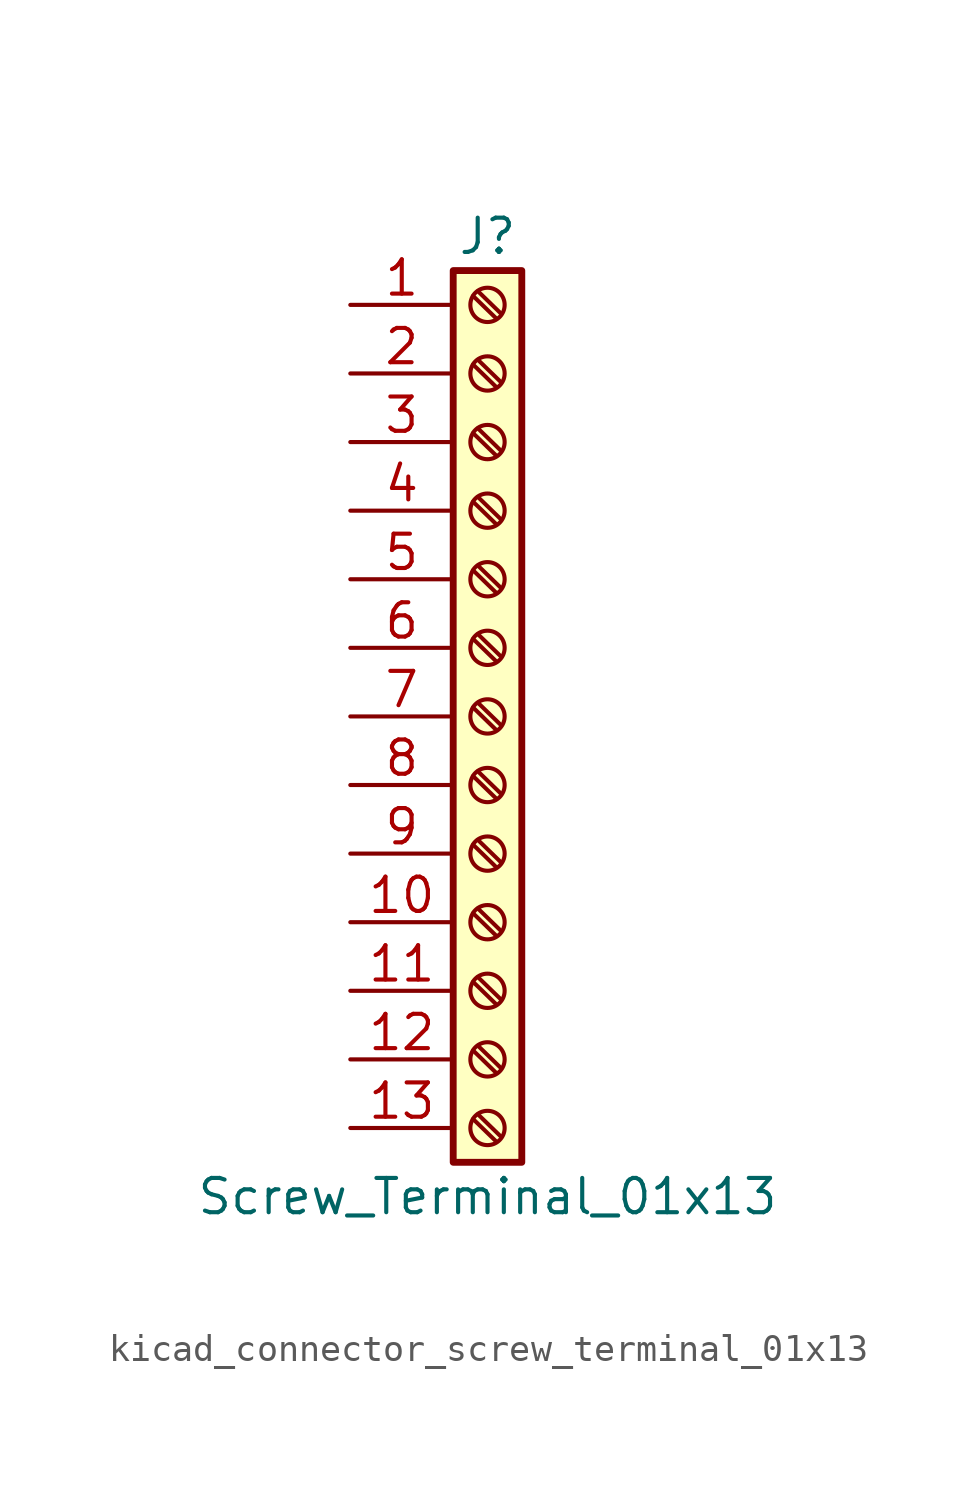
<source format=kicad_sym>
(kicad_symbol_lib
  (version 20220914)
  (generator kicad_symbol_editor)
  (symbol "kicad_connector_screw_terminal_01x13"
    (pin_names
      (offset 1.016) hide)
    (property "Reference" "J"
      (at 0 17.78 0)
      (effects (font (size 1.27 1.27))))
    (property "Value" "Screw_Terminal_01x13"
      (at 0 -17.78 0)
      (effects (font (size 1.27 1.27))))
    (symbol "kicad_connector_screw_terminal_01x13_1_1"
      (rectangle (start -1.27 16.51) (end 1.27 -16.51) (stroke (width 0.254) (type default)) (fill (type background)))
      (circle (center 0 -15.24) (radius 0.635) (stroke (width 0.152) (type default)) (fill (type none)))
      (circle (center 0 -12.7) (radius 0.635) (stroke (width 0.152) (type default)) (fill (type none)))
      (circle (center 0 -10.16) (radius 0.635) (stroke (width 0.152) (type default)) (fill (type none)))
      (circle (center 0 -7.62) (radius 0.635) (stroke (width 0.152) (type default)) (fill (type none)))
      (circle (center 0 -5.08) (radius 0.635) (stroke (width 0.152) (type default)) (fill (type none)))
      (circle (center 0 -2.54) (radius 0.635) (stroke (width 0.152) (type default)) (fill (type none)))
      (polyline (pts (xy -0.533 -14.91) (xy 0.33 -15.748)) (stroke (width 0.152) (type default)) (fill (type none)))
      (polyline (pts (xy -0.533 -12.37) (xy 0.33 -13.208)) (stroke (width 0.152) (type default)) (fill (type none)))
      (polyline (pts (xy -0.533 -9.83) (xy 0.33 -10.668)) (stroke (width 0.152) (type default)) (fill (type none)))
      (polyline (pts (xy -0.533 -7.29) (xy 0.33 -8.128)) (stroke (width 0.152) (type default)) (fill (type none)))
      (polyline (pts (xy -0.533 -4.75) (xy 0.33 -5.588)) (stroke (width 0.152) (type default)) (fill (type none)))
      (polyline (pts (xy -0.533 -2.21) (xy 0.33 -3.048)) (stroke (width 0.152) (type default)) (fill (type none)))
      (polyline (pts (xy -0.533 0.33) (xy 0.33 -0.508)) (stroke (width 0.152) (type default)) (fill (type none)))
      (polyline (pts (xy -0.533 2.87) (xy 0.33 2.032)) (stroke (width 0.152) (type default)) (fill (type none)))
      (polyline (pts (xy -0.533 5.41) (xy 0.33 4.572)) (stroke (width 0.152) (type default)) (fill (type none)))
      (polyline (pts (xy -0.533 7.95) (xy 0.33 7.112)) (stroke (width 0.152) (type default)) (fill (type none)))
      (polyline (pts (xy -0.533 10.49) (xy 0.33 9.652)) (stroke (width 0.152) (type default)) (fill (type none)))
      (polyline (pts (xy -0.533 13.03) (xy 0.33 12.192)) (stroke (width 0.152) (type default)) (fill (type none)))
      (polyline (pts (xy -0.533 15.57) (xy 0.33 14.732)) (stroke (width 0.152) (type default)) (fill (type none)))
      (polyline (pts (xy -0.356 -14.732) (xy 0.508 -15.57)) (stroke (width 0.152) (type default)) (fill (type none)))
      (polyline (pts (xy -0.356 -12.192) (xy 0.508 -13.03)) (stroke (width 0.152) (type default)) (fill (type none)))
      (polyline (pts (xy -0.356 -9.652) (xy 0.508 -10.49)) (stroke (width 0.152) (type default)) (fill (type none)))
      (polyline (pts (xy -0.356 -7.112) (xy 0.508 -7.95)) (stroke (width 0.152) (type default)) (fill (type none)))
      (polyline (pts (xy -0.356 -4.572) (xy 0.508 -5.41)) (stroke (width 0.152) (type default)) (fill (type none)))
      (polyline (pts (xy -0.356 -2.032) (xy 0.508 -2.87)) (stroke (width 0.152) (type default)) (fill (type none)))
      (polyline (pts (xy -0.356 0.508) (xy 0.508 -0.33)) (stroke (width 0.152) (type default)) (fill (type none)))
      (polyline (pts (xy -0.356 3.048) (xy 0.508 2.21)) (stroke (width 0.152) (type default)) (fill (type none)))
      (polyline (pts (xy -0.356 5.588) (xy 0.508 4.75)) (stroke (width 0.152) (type default)) (fill (type none)))
      (polyline (pts (xy -0.356 8.128) (xy 0.508 7.29)) (stroke (width 0.152) (type default)) (fill (type none)))
      (polyline (pts (xy -0.356 10.668) (xy 0.508 9.83)) (stroke (width 0.152) (type default)) (fill (type none)))
      (polyline (pts (xy -0.356 13.208) (xy 0.508 12.37)) (stroke (width 0.152) (type default)) (fill (type none)))
      (polyline (pts (xy -0.356 15.748) (xy 0.508 14.91)) (stroke (width 0.152) (type default)) (fill (type none)))
      (circle (center 0 0) (radius 0.635) (stroke (width 0.152) (type default)) (fill (type none)))
      (circle (center 0 2.54) (radius 0.635) (stroke (width 0.152) (type default)) (fill (type none)))
      (circle (center 0 5.08) (radius 0.635) (stroke (width 0.152) (type default)) (fill (type none)))
      (circle (center 0 7.62) (radius 0.635) (stroke (width 0.152) (type default)) (fill (type none)))
      (circle (center 0 10.16) (radius 0.635) (stroke (width 0.152) (type default)) (fill (type none)))
      (circle (center 0 12.7) (radius 0.635) (stroke (width 0.152) (type default)) (fill (type none)))
      (circle (center 0 15.24) (radius 0.635) (stroke (width 0.152) (type default)) (fill (type none)))
      (pin passive line (at -5.08 15.24 0) (length 3.81) (name "Pin_1" (effects (font (size 1.27 1.27)))) (number "1" (effects (font (size 1.27 1.27)))))
      (pin passive line (at -5.08 -7.62 0) (length 3.81) (name "Pin_10" (effects (font (size 1.27 1.27)))) (number "10" (effects (font (size 1.27 1.27)))))
      (pin passive line (at -5.08 -10.16 0) (length 3.81) (name "Pin_11" (effects (font (size 1.27 1.27)))) (number "11" (effects (font (size 1.27 1.27)))))
      (pin passive line (at -5.08 -12.7 0) (length 3.81) (name "Pin_12" (effects (font (size 1.27 1.27)))) (number "12" (effects (font (size 1.27 1.27)))))
      (pin passive line (at -5.08 -15.24 0) (length 3.81) (name "Pin_13" (effects (font (size 1.27 1.27)))) (number "13" (effects (font (size 1.27 1.27)))))
      (pin passive line (at -5.08 12.7 0) (length 3.81) (name "Pin_2" (effects (font (size 1.27 1.27)))) (number "2" (effects (font (size 1.27 1.27)))))
      (pin passive line (at -5.08 10.16 0) (length 3.81) (name "Pin_3" (effects (font (size 1.27 1.27)))) (number "3" (effects (font (size 1.27 1.27)))))
      (pin passive line (at -5.08 7.62 0) (length 3.81) (name "Pin_4" (effects (font (size 1.27 1.27)))) (number "4" (effects (font (size 1.27 1.27)))))
      (pin passive line (at -5.08 5.08 0) (length 3.81) (name "Pin_5" (effects (font (size 1.27 1.27)))) (number "5" (effects (font (size 1.27 1.27)))))
      (pin passive line (at -5.08 2.54 0) (length 3.81) (name "Pin_6" (effects (font (size 1.27 1.27)))) (number "6" (effects (font (size 1.27 1.27)))))
      (pin passive line (at -5.08 0 0) (length 3.81) (name "Pin_7" (effects (font (size 1.27 1.27)))) (number "7" (effects (font (size 1.27 1.27)))))
      (pin passive line (at -5.08 -2.54 0) (length 3.81) (name "Pin_8" (effects (font (size 1.27 1.27)))) (number "8" (effects (font (size 1.27 1.27)))))
      (pin passive line (at -5.08 -5.08 0) (length 3.81) (name "Pin_9" (effects (font (size 1.27 1.27)))) (number "9" (effects (font (size 1.27 1.27))))))))
</source>
